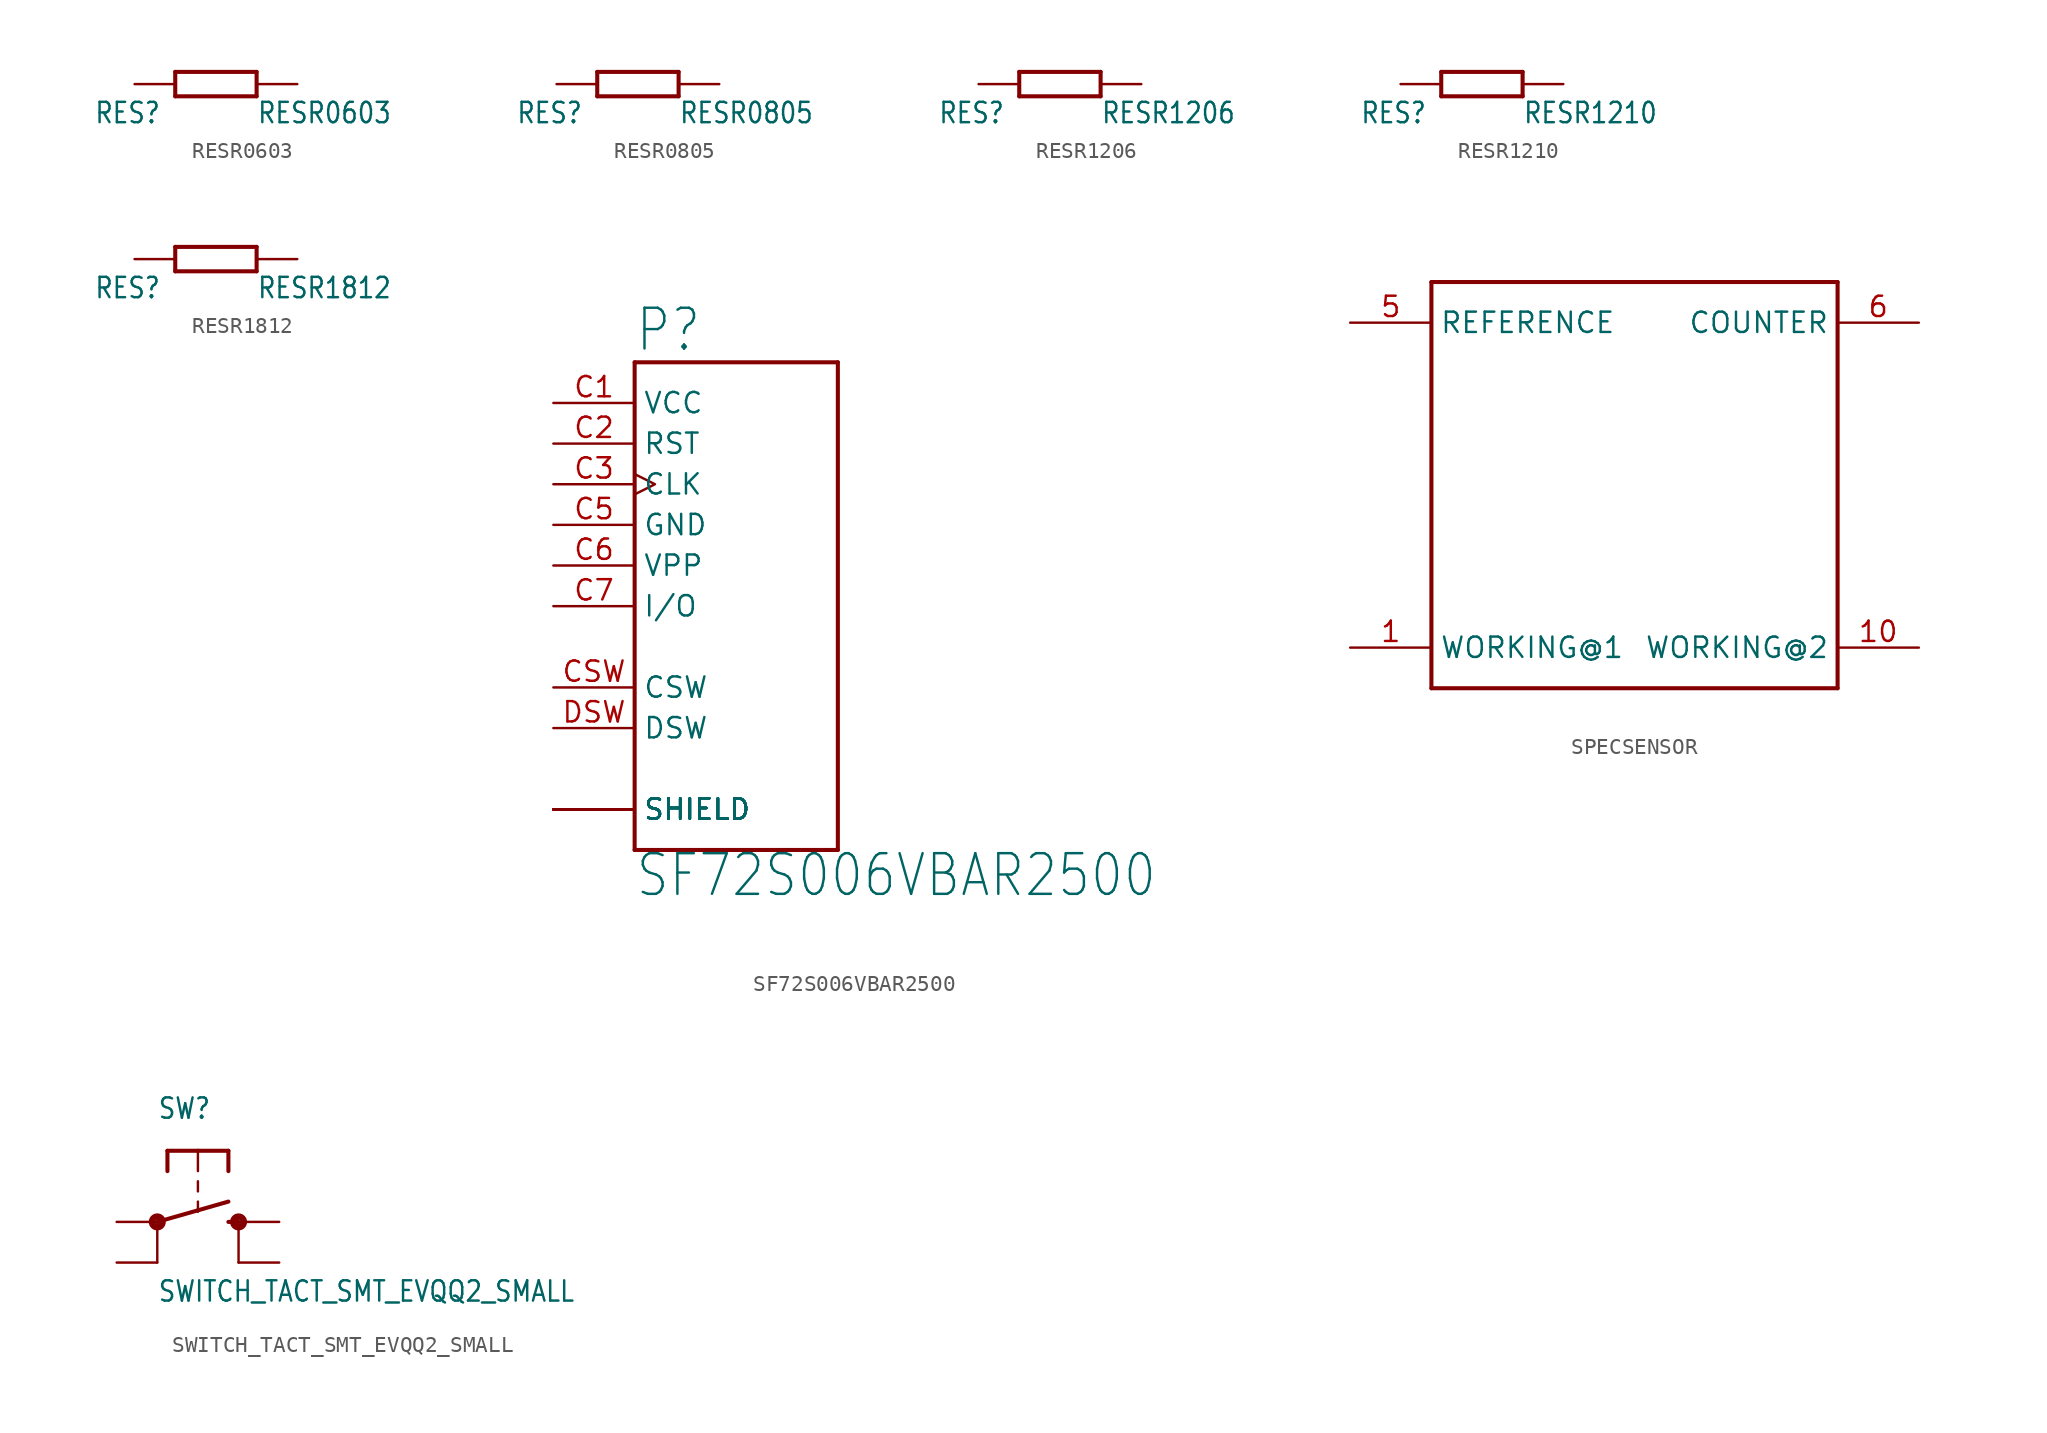
<source format=kicad_sym>
(kicad_symbol_lib
  (version 20211014)
  (generator kicad_symbol_editor)
  (symbol "RESR0603"
    (property "Reference" "RES"
      (at -7.62 -2.54 0)
      (effects (font (size 1.27 1.079)) (justify left bottom)))
    (property "Value" "RESR0603"
      (at 2.54 -2.54 0)
      (effects (font (size 1.27 1.079)) (justify left bottom)))
    (property "ki_locked" ""
      (at 0 0 0)
      (effects (font (size 1.27 1.27))))
    (symbol "RESR0603_1_0"
      (polyline (pts (xy -2.54 -0.762) (xy -2.54 0.762)) (stroke (width 0.254) (type default) (color 0 0 0 0)) (fill (type none)))
      (polyline (pts (xy -2.54 0.762) (xy 2.54 0.762)) (stroke (width 0.254) (type default) (color 0 0 0 0)) (fill (type none)))
      (polyline (pts (xy 2.54 -0.762) (xy -2.54 -0.762)) (stroke (width 0.254) (type default) (color 0 0 0 0)) (fill (type none)))
      (polyline (pts (xy 2.54 0.762) (xy 2.54 -0.762)) (stroke (width 0.254) (type default) (color 0 0 0 0)) (fill (type none)))
      (pin bidirectional line (at -5.08 0 0) (length 2.54) (name "1" (effects (font (size 0 0)))) (number "1" (effects (font (size 0 0)))))
      (pin bidirectional line (at 5.08 0 180) (length 2.54) (name "2" (effects (font (size 0 0)))) (number "2" (effects (font (size 0 0)))))))
  (symbol "RESR0805"
    (property "Reference" "RES"
      (at -7.62 -2.54 0)
      (effects (font (size 1.27 1.079)) (justify left bottom)))
    (property "Value" "RESR0805"
      (at 2.54 -2.54 0)
      (effects (font (size 1.27 1.079)) (justify left bottom)))
    (property "ki_locked" ""
      (at 0 0 0)
      (effects (font (size 1.27 1.27))))
    (symbol "RESR0805_1_0"
      (polyline (pts (xy -2.54 -0.762) (xy -2.54 0.762)) (stroke (width 0.254) (type default) (color 0 0 0 0)) (fill (type none)))
      (polyline (pts (xy -2.54 0.762) (xy 2.54 0.762)) (stroke (width 0.254) (type default) (color 0 0 0 0)) (fill (type none)))
      (polyline (pts (xy 2.54 -0.762) (xy -2.54 -0.762)) (stroke (width 0.254) (type default) (color 0 0 0 0)) (fill (type none)))
      (polyline (pts (xy 2.54 0.762) (xy 2.54 -0.762)) (stroke (width 0.254) (type default) (color 0 0 0 0)) (fill (type none)))
      (pin bidirectional line (at -5.08 0 0) (length 2.54) (name "1" (effects (font (size 0 0)))) (number "1" (effects (font (size 0 0)))))
      (pin bidirectional line (at 5.08 0 180) (length 2.54) (name "2" (effects (font (size 0 0)))) (number "2" (effects (font (size 0 0)))))))
  (symbol "RESR1206"
    (property "Reference" "RES"
      (at -7.62 -2.54 0)
      (effects (font (size 1.27 1.079)) (justify left bottom)))
    (property "Value" "RESR1206"
      (at 2.54 -2.54 0)
      (effects (font (size 1.27 1.079)) (justify left bottom)))
    (property "ki_locked" ""
      (at 0 0 0)
      (effects (font (size 1.27 1.27))))
    (symbol "RESR1206_1_0"
      (polyline (pts (xy -2.54 -0.762) (xy -2.54 0.762)) (stroke (width 0.254) (type default) (color 0 0 0 0)) (fill (type none)))
      (polyline (pts (xy -2.54 0.762) (xy 2.54 0.762)) (stroke (width 0.254) (type default) (color 0 0 0 0)) (fill (type none)))
      (polyline (pts (xy 2.54 -0.762) (xy -2.54 -0.762)) (stroke (width 0.254) (type default) (color 0 0 0 0)) (fill (type none)))
      (polyline (pts (xy 2.54 0.762) (xy 2.54 -0.762)) (stroke (width 0.254) (type default) (color 0 0 0 0)) (fill (type none)))
      (pin bidirectional line (at -5.08 0 0) (length 2.54) (name "1" (effects (font (size 0 0)))) (number "1" (effects (font (size 0 0)))))
      (pin bidirectional line (at 5.08 0 180) (length 2.54) (name "2" (effects (font (size 0 0)))) (number "2" (effects (font (size 0 0)))))))
  (symbol "RESR1210"
    (property "Reference" "RES"
      (at -7.62 -2.54 0)
      (effects (font (size 1.27 1.079)) (justify left bottom)))
    (property "Value" "RESR1210"
      (at 2.54 -2.54 0)
      (effects (font (size 1.27 1.079)) (justify left bottom)))
    (property "ki_locked" ""
      (at 0 0 0)
      (effects (font (size 1.27 1.27))))
    (symbol "RESR1210_1_0"
      (polyline (pts (xy -2.54 -0.762) (xy -2.54 0.762)) (stroke (width 0.254) (type default) (color 0 0 0 0)) (fill (type none)))
      (polyline (pts (xy -2.54 0.762) (xy 2.54 0.762)) (stroke (width 0.254) (type default) (color 0 0 0 0)) (fill (type none)))
      (polyline (pts (xy 2.54 -0.762) (xy -2.54 -0.762)) (stroke (width 0.254) (type default) (color 0 0 0 0)) (fill (type none)))
      (polyline (pts (xy 2.54 0.762) (xy 2.54 -0.762)) (stroke (width 0.254) (type default) (color 0 0 0 0)) (fill (type none)))
      (pin bidirectional line (at -5.08 0 0) (length 2.54) (name "1" (effects (font (size 0 0)))) (number "1" (effects (font (size 0 0)))))
      (pin bidirectional line (at 5.08 0 180) (length 2.54) (name "2" (effects (font (size 0 0)))) (number "2" (effects (font (size 0 0)))))))
  (symbol "RESR1812"
    (property "Reference" "RES"
      (at -7.62 -2.54 0)
      (effects (font (size 1.27 1.079)) (justify left bottom)))
    (property "Value" "RESR1812"
      (at 2.54 -2.54 0)
      (effects (font (size 1.27 1.079)) (justify left bottom)))
    (property "ki_locked" ""
      (at 0 0 0)
      (effects (font (size 1.27 1.27))))
    (symbol "RESR1812_1_0"
      (polyline (pts (xy -2.54 -0.762) (xy -2.54 0.762)) (stroke (width 0.254) (type default) (color 0 0 0 0)) (fill (type none)))
      (polyline (pts (xy -2.54 0.762) (xy 2.54 0.762)) (stroke (width 0.254) (type default) (color 0 0 0 0)) (fill (type none)))
      (polyline (pts (xy 2.54 -0.762) (xy -2.54 -0.762)) (stroke (width 0.254) (type default) (color 0 0 0 0)) (fill (type none)))
      (polyline (pts (xy 2.54 0.762) (xy 2.54 -0.762)) (stroke (width 0.254) (type default) (color 0 0 0 0)) (fill (type none)))
      (pin bidirectional line (at -5.08 0 0) (length 2.54) (name "1" (effects (font (size 0 0)))) (number "1" (effects (font (size 0 0)))))
      (pin bidirectional line (at 5.08 0 180) (length 2.54) (name "2" (effects (font (size 0 0)))) (number "2" (effects (font (size 0 0)))))))
  (symbol "SF72S006VBAR2500"
    (property "Reference" "P"
      (at 0 15.785 0)
      (effects (font (size 2.546 2.164)) (justify left bottom)))
    (property "Value" "SF72S006VBAR2500"
      (at 0 -18.298 0)
      (effects (font (size 2.541 2.16)) (justify left bottom)))
    (property "ki_locked" ""
      (at 0 0 0)
      (effects (font (size 1.27 1.27))))
    (symbol "SF72S006VBAR2500_1_0"
      (polyline (pts (xy 0 -15.24) (xy 12.7 -15.24)) (stroke (width 0.254) (type default) (color 0 0 0 0)) (fill (type none)))
      (polyline (pts (xy 0 15.24) (xy 0 -15.24)) (stroke (width 0.254) (type default) (color 0 0 0 0)) (fill (type none)))
      (polyline (pts (xy 12.7 -15.24) (xy 12.7 15.24)) (stroke (width 0.254) (type default) (color 0 0 0 0)) (fill (type none)))
      (polyline (pts (xy 12.7 15.24) (xy 0 15.24)) (stroke (width 0.254) (type default) (color 0 0 0 0)) (fill (type none)))
      (pin power_in line (at -5.08 12.7 0) (length 5.08) (name "VCC" (effects (font (size 1.27 1.27)))) (number "C1" (effects (font (size 1.27 1.27)))))
      (pin bidirectional line (at -5.08 10.16 0) (length 5.08) (name "RST" (effects (font (size 1.27 1.27)))) (number "C2" (effects (font (size 1.27 1.27)))))
      (pin bidirectional clock (at -5.08 7.62 0) (length 5.08) (name "CLK" (effects (font (size 1.27 1.27)))) (number "C3" (effects (font (size 1.27 1.27)))))
      (pin power_in line (at -5.08 5.08 0) (length 5.08) (name "GND" (effects (font (size 1.27 1.27)))) (number "C5" (effects (font (size 1.27 1.27)))))
      (pin power_in line (at -5.08 2.54 0) (length 5.08) (name "VPP" (effects (font (size 1.27 1.27)))) (number "C6" (effects (font (size 1.27 1.27)))))
      (pin bidirectional line (at -5.08 0 0) (length 5.08) (name "I/O" (effects (font (size 1.27 1.27)))) (number "C7" (effects (font (size 1.27 1.27)))))
      (pin bidirectional line (at -5.08 -5.08 0) (length 5.08) (name "CSW" (effects (font (size 1.27 1.27)))) (number "CSW" (effects (font (size 1.27 1.27)))))
      (pin bidirectional line (at -5.08 -7.62 0) (length 5.08) (name "DSW" (effects (font (size 1.27 1.27)))) (number "DSW" (effects (font (size 1.27 1.27)))))
      (pin passive line (at -5.08 -12.7 0) (length 5.08) (name "SHIELD" (effects (font (size 1.27 1.27)))) (number "G1" (effects (font (size 0 0)))))
      (pin passive line (at -5.08 -12.7 0) (length 5.08) (name "SHIELD" (effects (font (size 1.27 1.27)))) (number "G10" (effects (font (size 0 0)))))
      (pin passive line (at -5.08 -12.7 0) (length 5.08) (name "SHIELD" (effects (font (size 1.27 1.27)))) (number "G2" (effects (font (size 0 0)))))
      (pin passive line (at -5.08 -12.7 0) (length 5.08) (name "SHIELD" (effects (font (size 1.27 1.27)))) (number "G3" (effects (font (size 0 0)))))
      (pin passive line (at -5.08 -12.7 0) (length 5.08) (name "SHIELD" (effects (font (size 1.27 1.27)))) (number "G4" (effects (font (size 0 0)))))
      (pin passive line (at -5.08 -12.7 0) (length 5.08) (name "SHIELD" (effects (font (size 1.27 1.27)))) (number "G5" (effects (font (size 0 0)))))
      (pin passive line (at -5.08 -12.7 0) (length 5.08) (name "SHIELD" (effects (font (size 1.27 1.27)))) (number "G6" (effects (font (size 0 0)))))
      (pin passive line (at -5.08 -12.7 0) (length 5.08) (name "SHIELD" (effects (font (size 1.27 1.27)))) (number "G7" (effects (font (size 0 0)))))
      (pin passive line (at -5.08 -12.7 0) (length 5.08) (name "SHIELD" (effects (font (size 1.27 1.27)))) (number "G8" (effects (font (size 0 0)))))
      (pin passive line (at -5.08 -12.7 0) (length 5.08) (name "SHIELD" (effects (font (size 1.27 1.27)))) (number "G9" (effects (font (size 0 0)))))))
  (symbol "SPECSENSOR"
    (property "Reference" ""
      (at 0 0 0)
      (effects (font (size 1.27 1.27)) hide))
    (property "ki_locked" ""
      (at 0 0 0)
      (effects (font (size 1.27 1.27))))
    (symbol "SPECSENSOR_1_0"
      (polyline (pts (xy -12.7 -12.7) (xy 12.7 -12.7)) (stroke (width 0.254) (type default) (color 0 0 0 0)) (fill (type none)))
      (polyline (pts (xy -12.7 12.7) (xy -12.7 -12.7)) (stroke (width 0.254) (type default) (color 0 0 0 0)) (fill (type none)))
      (polyline (pts (xy 12.7 -12.7) (xy 12.7 12.7)) (stroke (width 0.254) (type default) (color 0 0 0 0)) (fill (type none)))
      (polyline (pts (xy 12.7 12.7) (xy -12.7 12.7)) (stroke (width 0.254) (type default) (color 0 0 0 0)) (fill (type none)))
      (pin bidirectional line (at -17.78 -10.16 0) (length 5.08) (name "WORKING@1" (effects (font (size 1.27 1.27)))) (number "1" (effects (font (size 1.27 1.27)))))
      (pin bidirectional line (at 17.78 -10.16 180) (length 5.08) (name "WORKING@2" (effects (font (size 1.27 1.27)))) (number "10" (effects (font (size 1.27 1.27)))))
      (pin bidirectional line (at -17.78 10.16 0) (length 5.08) (name "REFERENCE" (effects (font (size 1.27 1.27)))) (number "5" (effects (font (size 1.27 1.27)))))
      (pin bidirectional line (at 17.78 10.16 180) (length 5.08) (name "COUNTER" (effects (font (size 1.27 1.27)))) (number "6" (effects (font (size 1.27 1.27)))))))
  (symbol "SWITCH_TACT_SMT_EVQQ2_SMALL"
    (property "Reference" "SW"
      (at -2.54 6.35 0)
      (effects (font (size 1.27 1.079)) (justify left bottom)))
    (property "Value" "SWITCH_TACT_SMT_EVQQ2_SMALL"
      (at -2.54 -5.08 0)
      (effects (font (size 1.27 1.079)) (justify left bottom)))
    (property "ki_locked" ""
      (at 0 0 0)
      (effects (font (size 1.27 1.27))))
    (symbol "SWITCH_TACT_SMT_EVQQ2_SMALL_1_0"
      (circle (center -2.54 0) (radius 0.127) (stroke (width 0.406) (type default) (color 0 0 0 0)) (fill (type none)))
      (polyline (pts (xy -2.54 -2.54) (xy -2.54 0)) (stroke (width 0.152) (type default) (color 0 0 0 0)) (fill (type none)))
      (polyline (pts (xy -2.54 0) (xy 1.905 1.27)) (stroke (width 0.254) (type default) (color 0 0 0 0)) (fill (type none)))
      (polyline (pts (xy -1.905 4.445) (xy -1.905 3.175)) (stroke (width 0.254) (type default) (color 0 0 0 0)) (fill (type none)))
      (polyline (pts (xy 0 1.27) (xy 0 0.635)) (stroke (width 0.152) (type default) (color 0 0 0 0)) (fill (type none)))
      (polyline (pts (xy 0 2.54) (xy 0 1.905)) (stroke (width 0.152) (type default) (color 0 0 0 0)) (fill (type none)))
      (polyline (pts (xy 0 4.445) (xy -1.905 4.445)) (stroke (width 0.254) (type default) (color 0 0 0 0)) (fill (type none)))
      (polyline (pts (xy 0 4.445) (xy 0 3.175)) (stroke (width 0.152) (type default) (color 0 0 0 0)) (fill (type none)))
      (polyline (pts (xy 1.905 0) (xy 2.54 0)) (stroke (width 0.254) (type default) (color 0 0 0 0)) (fill (type none)))
      (polyline (pts (xy 1.905 4.445) (xy 0 4.445)) (stroke (width 0.254) (type default) (color 0 0 0 0)) (fill (type none)))
      (polyline (pts (xy 1.905 4.445) (xy 1.905 3.175)) (stroke (width 0.254) (type default) (color 0 0 0 0)) (fill (type none)))
      (polyline (pts (xy 2.54 -2.54) (xy 2.54 0)) (stroke (width 0.152) (type default) (color 0 0 0 0)) (fill (type none)))
      (circle (center 2.54 0) (radius 0.127) (stroke (width 0.406) (type default) (color 0 0 0 0)) (fill (type none)))
      (pin passive line (at -5.08 0 0) (length 2.54) (name "P" (effects (font (size 0 0)))) (number "A" (effects (font (size 0 0)))))
      (pin passive line (at -5.08 -2.54 0) (length 2.54) (name "P1" (effects (font (size 0 0)))) (number "A'" (effects (font (size 0 0)))))
      (pin passive line (at 5.08 0 180) (length 2.54) (name "S" (effects (font (size 0 0)))) (number "B" (effects (font (size 0 0)))))
      (pin passive line (at 5.08 -2.54 180) (length 2.54) (name "S1" (effects (font (size 0 0)))) (number "B'" (effects (font (size 0 0))))))))
</source>
